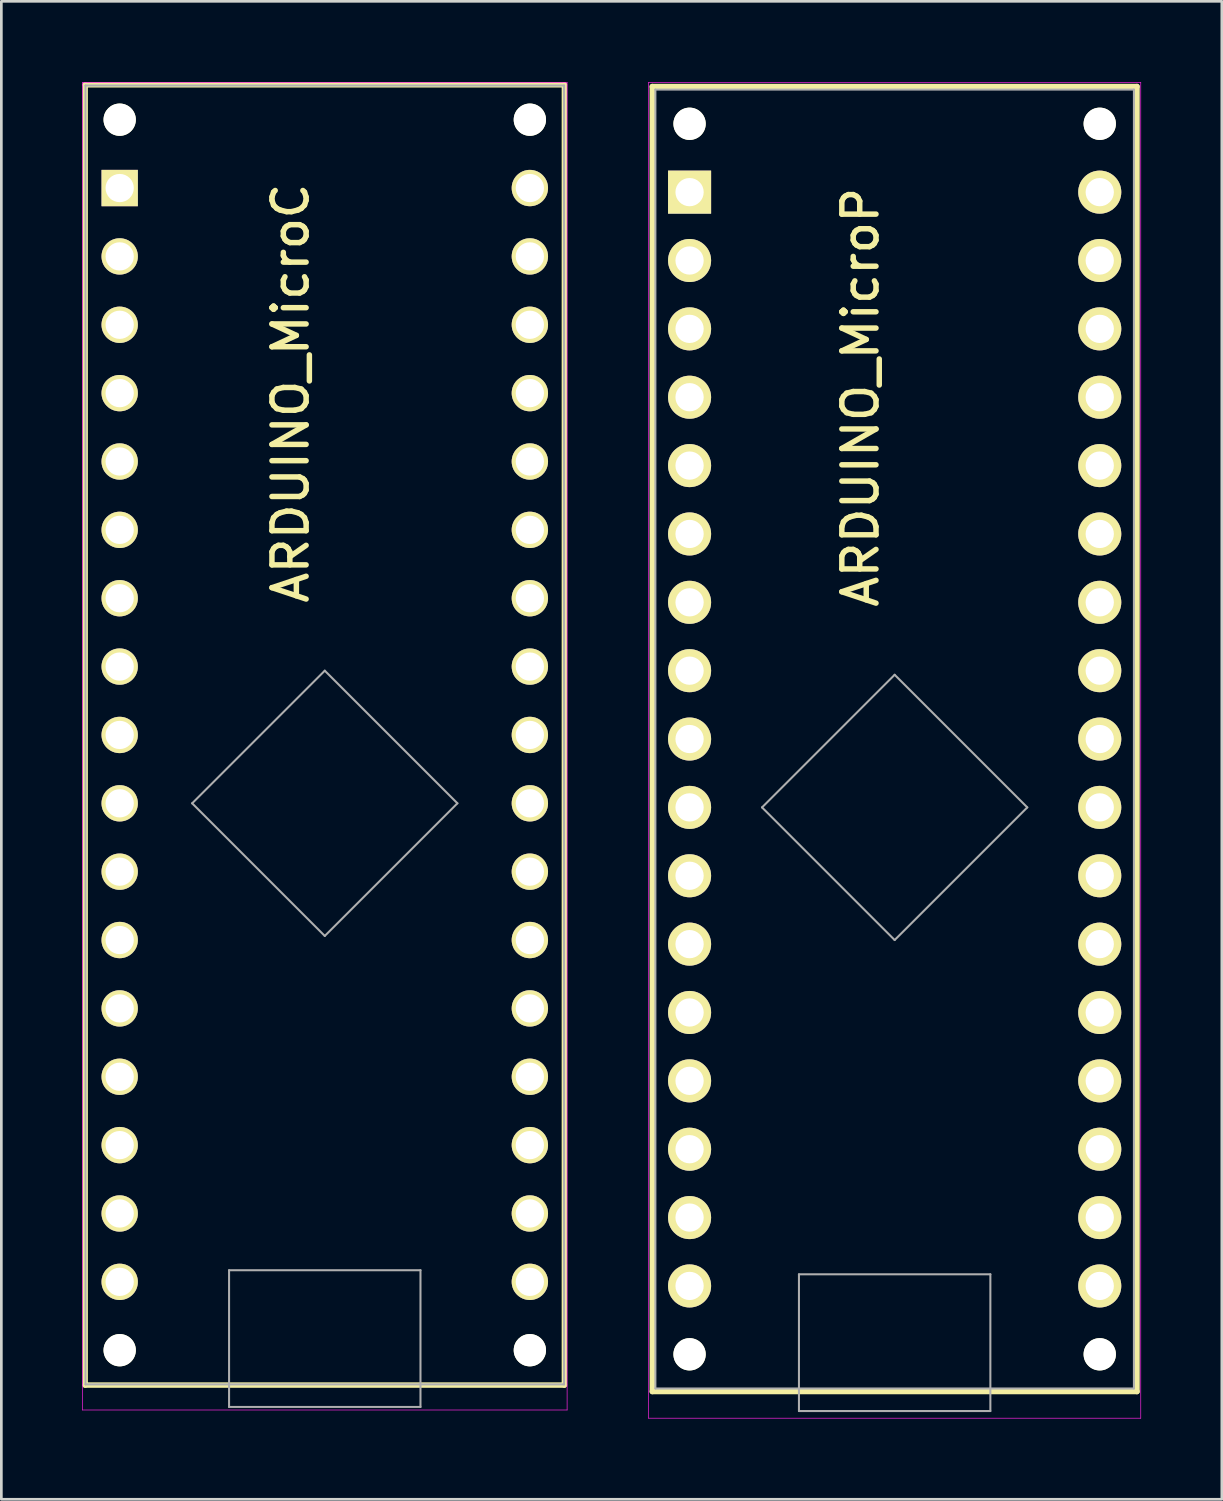
<source format=kicad_pcb>
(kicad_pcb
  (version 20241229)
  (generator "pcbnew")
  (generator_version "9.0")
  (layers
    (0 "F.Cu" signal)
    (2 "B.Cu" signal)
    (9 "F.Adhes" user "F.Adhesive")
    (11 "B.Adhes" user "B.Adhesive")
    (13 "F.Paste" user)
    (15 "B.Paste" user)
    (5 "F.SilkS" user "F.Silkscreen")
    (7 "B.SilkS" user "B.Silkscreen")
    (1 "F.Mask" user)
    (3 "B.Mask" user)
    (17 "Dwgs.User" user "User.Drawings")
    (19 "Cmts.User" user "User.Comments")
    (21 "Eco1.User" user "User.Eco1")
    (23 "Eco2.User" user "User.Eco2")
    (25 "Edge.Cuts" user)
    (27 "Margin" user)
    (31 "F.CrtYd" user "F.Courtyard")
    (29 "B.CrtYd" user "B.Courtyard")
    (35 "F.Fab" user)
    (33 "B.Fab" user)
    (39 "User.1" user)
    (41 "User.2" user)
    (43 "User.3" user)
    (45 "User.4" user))
  (footprint "ARDUINO_MicroP"
    (layer "F.Cu")
    (at 30.191 24.409)
    (property "Reference" "ARDUINO_MicroP" (at -1.27 -12.7 90) (layer "F.SilkS") (effects (font (size 1.27 1.27) (thickness 0.203))))
    (attr through_hole)
    (fp_line (start -9.004 -24.244) (end 9.004 -24.244) (stroke (width 0.203) (type solid)) (layer "F.SilkS"))
    (fp_line (start -9.004 24.244) (end -9.004 -24.244) (stroke (width 0.203) (type solid)) (layer "F.SilkS"))
    (fp_line (start 9.004 -24.244) (end 9.004 24.244) (stroke (width 0.203) (type solid)) (layer "F.SilkS"))
    (fp_line (start 9.004 24.244) (end -9.004 24.244) (stroke (width 0.203) (type solid)) (layer "F.SilkS"))
    (fp_line (start -9.144 -24.397) (end 9.144 -24.397) (stroke (width 0.025) (type solid)) (layer "F.CrtYd"))
    (fp_line (start -9.144 25.235) (end -9.144 -24.397) (stroke (width 0.025) (type solid)) (layer "F.CrtYd"))
    (fp_line (start 9.144 -24.397) (end 9.144 25.235) (stroke (width 0.025) (type solid)) (layer "F.CrtYd"))
    (fp_line (start 9.144 25.235) (end -9.144 25.235) (stroke (width 0.025) (type solid)) (layer "F.CrtYd"))
    (fp_line (start -8.89 -24.13) (end 8.89 -24.13) (stroke (width 0.076) (type solid)) (layer "F.Fab"))
    (fp_line (start -8.89 24.13) (end -8.89 -24.13) (stroke (width 0.076) (type solid)) (layer "F.Fab"))
    (fp_line (start -4.928 2.54) (end 0 7.468) (stroke (width 0.076) (type solid)) (layer "F.Fab"))
    (fp_line (start -3.556 19.888) (end 3.556 19.888) (stroke (width 0.076) (type solid)) (layer "F.Fab"))
    (fp_line (start -3.556 24.968) (end -3.556 19.888) (stroke (width 0.076) (type solid)) (layer "F.Fab"))
    (fp_line (start 0 -2.388) (end -4.928 2.54) (stroke (width 0.076) (type solid)) (layer "F.Fab"))
    (fp_line (start 0 7.468) (end 4.928 2.54) (stroke (width 0.076) (type solid)) (layer "F.Fab"))
    (fp_line (start 3.556 19.888) (end 3.556 24.968) (stroke (width 0.076) (type solid)) (layer "F.Fab"))
    (fp_line (start 3.556 24.968) (end -3.556 24.968) (stroke (width 0.076) (type solid)) (layer "F.Fab"))
    (fp_line (start 4.928 2.54) (end 0 -2.388) (stroke (width 0.076) (type solid)) (layer "F.Fab"))
    (fp_line (start 8.89 -24.13) (end 8.89 24.13) (stroke (width 0.076) (type solid)) (layer "F.Fab"))
    (fp_line (start 8.89 24.13) (end -8.89 24.13) (stroke (width 0.076) (type solid)) (layer "F.Fab"))
    (pad "" np_thru_hole circle (at -7.62 -22.86 180) (size 1.2 1.2) (drill 1.2) (layers "*.Cu" "*.Mask" "F.SilkS"))
    (pad "" np_thru_hole circle (at -7.62 22.86 180) (size 1.2 1.2) (drill 1.2) (layers "*.Cu" "*.Mask" "F.SilkS"))
    (pad "" np_thru_hole circle (at 7.62 -22.86 180) (size 1.2 1.2) (drill 1.2) (layers "*.Cu" "*.Mask" "F.SilkS"))
    (pad "" np_thru_hole circle (at 7.62 22.86 180) (size 1.2 1.2) (drill 1.2) (layers "*.Cu" "*.Mask" "F.SilkS"))
    (pad "1" thru_hole rect (at -7.62 -20.32) (size 1.6 1.6) (drill 1.05) (layers "*.Cu" "*.Mask" "F.SilkS"))
    (pad "2" thru_hole circle (at -7.62 -17.78) (size 1.6 1.6) (drill 1.05) (layers "*.Cu" "*.Mask" "F.SilkS"))
    (pad "3" thru_hole circle (at -7.62 -15.24) (size 1.6 1.6) (drill 1.05) (layers "*.Cu" "*.Mask" "F.SilkS"))
    (pad "4" thru_hole circle (at -7.62 -12.7) (size 1.6 1.6) (drill 1.05) (layers "*.Cu" "*.Mask" "F.SilkS"))
    (pad "5" thru_hole circle (at -7.62 -10.16) (size 1.6 1.6) (drill 1.05) (layers "*.Cu" "*.Mask" "F.SilkS"))
    (pad "6" thru_hole circle (at -7.62 -7.62) (size 1.6 1.6) (drill 1.05) (layers "*.Cu" "*.Mask" "F.SilkS"))
    (pad "7" thru_hole circle (at -7.62 -5.08) (size 1.6 1.6) (drill 1.05) (layers "*.Cu" "*.Mask" "F.SilkS"))
    (pad "8" thru_hole circle (at -7.62 -2.54) (size 1.6 1.6) (drill 1.05) (layers "*.Cu" "*.Mask" "F.SilkS"))
    (pad "9" thru_hole circle (at -7.62 0) (size 1.6 1.6) (drill 1.05) (layers "*.Cu" "*.Mask" "F.SilkS"))
    (pad "10" thru_hole circle (at -7.62 2.54) (size 1.6 1.6) (drill 1.05) (layers "*.Cu" "*.Mask" "F.SilkS"))
    (pad "11" thru_hole circle (at -7.62 5.08) (size 1.6 1.6) (drill 1.05) (layers "*.Cu" "*.Mask" "F.SilkS"))
    (pad "12" thru_hole circle (at -7.62 7.62) (size 1.6 1.6) (drill 1.05) (layers "*.Cu" "*.Mask" "F.SilkS"))
    (pad "13" thru_hole circle (at -7.62 10.16) (size 1.6 1.6) (drill 1.05) (layers "*.Cu" "*.Mask" "F.SilkS"))
    (pad "14" thru_hole circle (at -7.62 12.7) (size 1.6 1.6) (drill 1.05) (layers "*.Cu" "*.Mask" "F.SilkS"))
    (pad "15" thru_hole circle (at -7.62 15.24) (size 1.6 1.6) (drill 1.05) (layers "*.Cu" "*.Mask" "F.SilkS"))
    (pad "16" thru_hole circle (at -7.62 17.78) (size 1.6 1.6) (drill 1.05) (layers "*.Cu" "*.Mask" "F.SilkS"))
    (pad "17" thru_hole circle (at -7.62 20.32) (size 1.6 1.6) (drill 1.05) (layers "*.Cu" "*.Mask" "F.SilkS"))
    (pad "18" thru_hole circle (at 7.62 20.32) (size 1.6 1.6) (drill 1.05) (layers "*.Cu" "*.Mask" "F.SilkS"))
    (pad "19" thru_hole circle (at 7.62 17.78) (size 1.6 1.6) (drill 1.05) (layers "*.Cu" "*.Mask" "F.SilkS"))
    (pad "20" thru_hole circle (at 7.62 15.24) (size 1.6 1.6) (drill 1.05) (layers "*.Cu" "*.Mask" "F.SilkS"))
    (pad "21" thru_hole circle (at 7.62 12.7) (size 1.6 1.6) (drill 1.05) (layers "*.Cu" "*.Mask" "F.SilkS"))
    (pad "22" thru_hole circle (at 7.62 10.16) (size 1.6 1.6) (drill 1.05) (layers "*.Cu" "*.Mask" "F.SilkS"))
    (pad "23" thru_hole circle (at 7.62 7.62) (size 1.6 1.6) (drill 1.05) (layers "*.Cu" "*.Mask" "F.SilkS"))
    (pad "24" thru_hole circle (at 7.62 5.08) (size 1.6 1.6) (drill 1.05) (layers "*.Cu" "*.Mask" "F.SilkS"))
    (pad "25" thru_hole circle (at 7.62 2.54) (size 1.6 1.6) (drill 1.05) (layers "*.Cu" "*.Mask" "F.SilkS"))
    (pad "26" thru_hole circle (at 7.62 0) (size 1.6 1.6) (drill 1.05) (layers "*.Cu" "*.Mask" "F.SilkS"))
    (pad "27" thru_hole circle (at 7.62 -2.54) (size 1.6 1.6) (drill 1.05) (layers "*.Cu" "*.Mask" "F.SilkS"))
    (pad "28" thru_hole circle (at 7.62 -5.08) (size 1.6 1.6) (drill 1.05) (layers "*.Cu" "*.Mask" "F.SilkS"))
    (pad "29" thru_hole circle (at 7.62 -7.62) (size 1.6 1.6) (drill 1.05) (layers "*.Cu" "*.Mask" "F.SilkS"))
    (pad "30" thru_hole circle (at 7.62 -10.16) (size 1.6 1.6) (drill 1.05) (layers "*.Cu" "*.Mask" "F.SilkS"))
    (pad "31" thru_hole circle (at 7.62 -12.7) (size 1.6 1.6) (drill 1.05) (layers "*.Cu" "*.Mask" "F.SilkS"))
    (pad "32" thru_hole circle (at 7.62 -15.24) (size 1.6 1.6) (drill 1.05) (layers "*.Cu" "*.Mask" "F.SilkS"))
    (pad "33" thru_hole circle (at 7.62 -17.78) (size 1.6 1.6) (drill 1.05) (layers "*.Cu" "*.Mask" "F.SilkS"))
    (pad "34" thru_hole circle (at 7.62 -20.32) (size 1.6 1.6) (drill 1.05) (layers "*.Cu" "*.Mask" "F.SilkS")))
  (footprint "ARDUINO_MicroC"
    (layer "F.Cu")
    (at 9.017 24.257)
    (property "Reference" "ARDUINO_MicroC" (at -1.27 -12.7 90) (layer "F.SilkS") (effects (font (size 1.27 1.27) (thickness 0.203))))
    (attr through_hole)
    (fp_line (start -8.903 -24.155) (end 8.903 -24.155) (stroke (width 0.203) (type solid)) (layer "F.SilkS"))
    (fp_line (start -8.903 24.155) (end -8.903 -24.155) (stroke (width 0.203) (type solid)) (layer "F.SilkS"))
    (fp_line (start 8.903 -24.155) (end 8.903 24.155) (stroke (width 0.203) (type solid)) (layer "F.SilkS"))
    (fp_line (start 8.903 24.155) (end -8.903 24.155) (stroke (width 0.203) (type solid)) (layer "F.SilkS"))
    (fp_line (start -9.004 -24.244) (end 9.004 -24.244) (stroke (width 0.025) (type solid)) (layer "F.CrtYd"))
    (fp_line (start -9.004 25.082) (end -9.004 -24.244) (stroke (width 0.025) (type solid)) (layer "F.CrtYd"))
    (fp_line (start 9.004 -24.244) (end 9.004 25.082) (stroke (width 0.025) (type solid)) (layer "F.CrtYd"))
    (fp_line (start 9.004 25.082) (end -9.004 25.082) (stroke (width 0.025) (type solid)) (layer "F.CrtYd"))
    (fp_line (start -8.89 -24.13) (end 8.89 -24.13) (stroke (width 0.076) (type solid)) (layer "F.Fab"))
    (fp_line (start -8.89 24.13) (end -8.89 -24.13) (stroke (width 0.076) (type solid)) (layer "F.Fab"))
    (fp_line (start -4.928 2.54) (end 0 7.468) (stroke (width 0.076) (type solid)) (layer "F.Fab"))
    (fp_line (start -3.556 19.888) (end 3.556 19.888) (stroke (width 0.076) (type solid)) (layer "F.Fab"))
    (fp_line (start -3.556 24.968) (end -3.556 19.888) (stroke (width 0.076) (type solid)) (layer "F.Fab"))
    (fp_line (start 0 -2.388) (end -4.928 2.54) (stroke (width 0.076) (type solid)) (layer "F.Fab"))
    (fp_line (start 0 7.468) (end 4.928 2.54) (stroke (width 0.076) (type solid)) (layer "F.Fab"))
    (fp_line (start 3.556 19.888) (end 3.556 24.968) (stroke (width 0.076) (type solid)) (layer "F.Fab"))
    (fp_line (start 3.556 24.968) (end -3.556 24.968) (stroke (width 0.076) (type solid)) (layer "F.Fab"))
    (fp_line (start 4.928 2.54) (end 0 -2.388) (stroke (width 0.076) (type solid)) (layer "F.Fab"))
    (fp_line (start 8.89 -24.13) (end 8.89 24.13) (stroke (width 0.076) (type solid)) (layer "F.Fab"))
    (fp_line (start 8.89 24.13) (end -8.89 24.13) (stroke (width 0.076) (type solid)) (layer "F.Fab"))
    (pad "" np_thru_hole circle (at -7.62 -22.86 180) (size 1.2 1.2) (drill 1.2) (layers "*.Cu" "*.Mask" "F.SilkS"))
    (pad "" np_thru_hole circle (at -7.62 22.86 180) (size 1.2 1.2) (drill 1.2) (layers "*.Cu" "*.Mask" "F.SilkS"))
    (pad "" np_thru_hole circle (at 7.62 -22.86 180) (size 1.2 1.2) (drill 1.2) (layers "*.Cu" "*.Mask" "F.SilkS"))
    (pad "" np_thru_hole circle (at 7.62 22.86 180) (size 1.2 1.2) (drill 1.2) (layers "*.Cu" "*.Mask" "F.SilkS"))
    (pad "1" thru_hole rect (at -7.62 -20.32) (size 1.35 1.35) (drill 1.05) (layers "*.Cu" "*.Mask" "F.SilkS"))
    (pad "2" thru_hole circle (at -7.62 -17.78) (size 1.35 1.35) (drill 1.05) (layers "*.Cu" "*.Mask" "F.SilkS"))
    (pad "3" thru_hole circle (at -7.62 -15.24) (size 1.35 1.35) (drill 1.05) (layers "*.Cu" "*.Mask" "F.SilkS"))
    (pad "4" thru_hole circle (at -7.62 -12.7) (size 1.35 1.35) (drill 1.05) (layers "*.Cu" "*.Mask" "F.SilkS"))
    (pad "5" thru_hole circle (at -7.62 -10.16) (size 1.35 1.35) (drill 1.05) (layers "*.Cu" "*.Mask" "F.SilkS"))
    (pad "6" thru_hole circle (at -7.62 -7.62) (size 1.35 1.35) (drill 1.05) (layers "*.Cu" "*.Mask" "F.SilkS"))
    (pad "7" thru_hole circle (at -7.62 -5.08) (size 1.35 1.35) (drill 1.05) (layers "*.Cu" "*.Mask" "F.SilkS"))
    (pad "8" thru_hole circle (at -7.62 -2.54) (size 1.35 1.35) (drill 1.05) (layers "*.Cu" "*.Mask" "F.SilkS"))
    (pad "9" thru_hole circle (at -7.62 0) (size 1.35 1.35) (drill 1.05) (layers "*.Cu" "*.Mask" "F.SilkS"))
    (pad "10" thru_hole circle (at -7.62 2.54) (size 1.35 1.35) (drill 1.05) (layers "*.Cu" "*.Mask" "F.SilkS"))
    (pad "11" thru_hole circle (at -7.62 5.08) (size 1.35 1.35) (drill 1.05) (layers "*.Cu" "*.Mask" "F.SilkS"))
    (pad "12" thru_hole circle (at -7.62 7.62) (size 1.35 1.35) (drill 1.05) (layers "*.Cu" "*.Mask" "F.SilkS"))
    (pad "13" thru_hole circle (at -7.62 10.16) (size 1.35 1.35) (drill 1.05) (layers "*.Cu" "*.Mask" "F.SilkS"))
    (pad "14" thru_hole circle (at -7.62 12.7) (size 1.35 1.35) (drill 1.05) (layers "*.Cu" "*.Mask" "F.SilkS"))
    (pad "15" thru_hole circle (at -7.62 15.24) (size 1.35 1.35) (drill 1.05) (layers "*.Cu" "*.Mask" "F.SilkS"))
    (pad "16" thru_hole circle (at -7.62 17.78) (size 1.35 1.35) (drill 1.05) (layers "*.Cu" "*.Mask" "F.SilkS"))
    (pad "17" thru_hole circle (at -7.62 20.32) (size 1.35 1.35) (drill 1.05) (layers "*.Cu" "*.Mask" "F.SilkS"))
    (pad "18" thru_hole circle (at 7.62 20.32) (size 1.35 1.35) (drill 1.05) (layers "*.Cu" "*.Mask" "F.SilkS"))
    (pad "19" thru_hole circle (at 7.62 17.78) (size 1.35 1.35) (drill 1.05) (layers "*.Cu" "*.Mask" "F.SilkS"))
    (pad "20" thru_hole circle (at 7.62 15.24) (size 1.35 1.35) (drill 1.05) (layers "*.Cu" "*.Mask" "F.SilkS"))
    (pad "21" thru_hole circle (at 7.62 12.7) (size 1.35 1.35) (drill 1.05) (layers "*.Cu" "*.Mask" "F.SilkS"))
    (pad "22" thru_hole circle (at 7.62 10.16) (size 1.35 1.35) (drill 1.05) (layers "*.Cu" "*.Mask" "F.SilkS"))
    (pad "23" thru_hole circle (at 7.62 7.62) (size 1.35 1.35) (drill 1.05) (layers "*.Cu" "*.Mask" "F.SilkS"))
    (pad "24" thru_hole circle (at 7.62 5.08) (size 1.35 1.35) (drill 1.05) (layers "*.Cu" "*.Mask" "F.SilkS"))
    (pad "25" thru_hole circle (at 7.62 2.54) (size 1.35 1.35) (drill 1.05) (layers "*.Cu" "*.Mask" "F.SilkS"))
    (pad "26" thru_hole circle (at 7.62 0) (size 1.35 1.35) (drill 1.05) (layers "*.Cu" "*.Mask" "F.SilkS"))
    (pad "27" thru_hole circle (at 7.62 -2.54) (size 1.35 1.35) (drill 1.05) (layers "*.Cu" "*.Mask" "F.SilkS"))
    (pad "28" thru_hole circle (at 7.62 -5.08) (size 1.35 1.35) (drill 1.05) (layers "*.Cu" "*.Mask" "F.SilkS"))
    (pad "29" thru_hole circle (at 7.62 -7.62) (size 1.35 1.35) (drill 1.05) (layers "*.Cu" "*.Mask" "F.SilkS"))
    (pad "30" thru_hole circle (at 7.62 -10.16) (size 1.35 1.35) (drill 1.05) (layers "*.Cu" "*.Mask" "F.SilkS"))
    (pad "31" thru_hole circle (at 7.62 -12.7) (size 1.35 1.35) (drill 1.05) (layers "*.Cu" "*.Mask" "F.SilkS"))
    (pad "32" thru_hole circle (at 7.62 -15.24) (size 1.35 1.35) (drill 1.05) (layers "*.Cu" "*.Mask" "F.SilkS"))
    (pad "33" thru_hole circle (at 7.62 -17.78) (size 1.35 1.35) (drill 1.05) (layers "*.Cu" "*.Mask" "F.SilkS"))
    (pad "34" thru_hole circle (at 7.62 -20.32) (size 1.35 1.35) (drill 1.05) (layers "*.Cu" "*.Mask" "F.SilkS")))
  (gr_rect
    (start -3 -3)
    (end 42.347 52.657)
    (stroke (width 0.1) (type default))
    (fill no)
    (layer "Edge.Cuts")))
</source>
